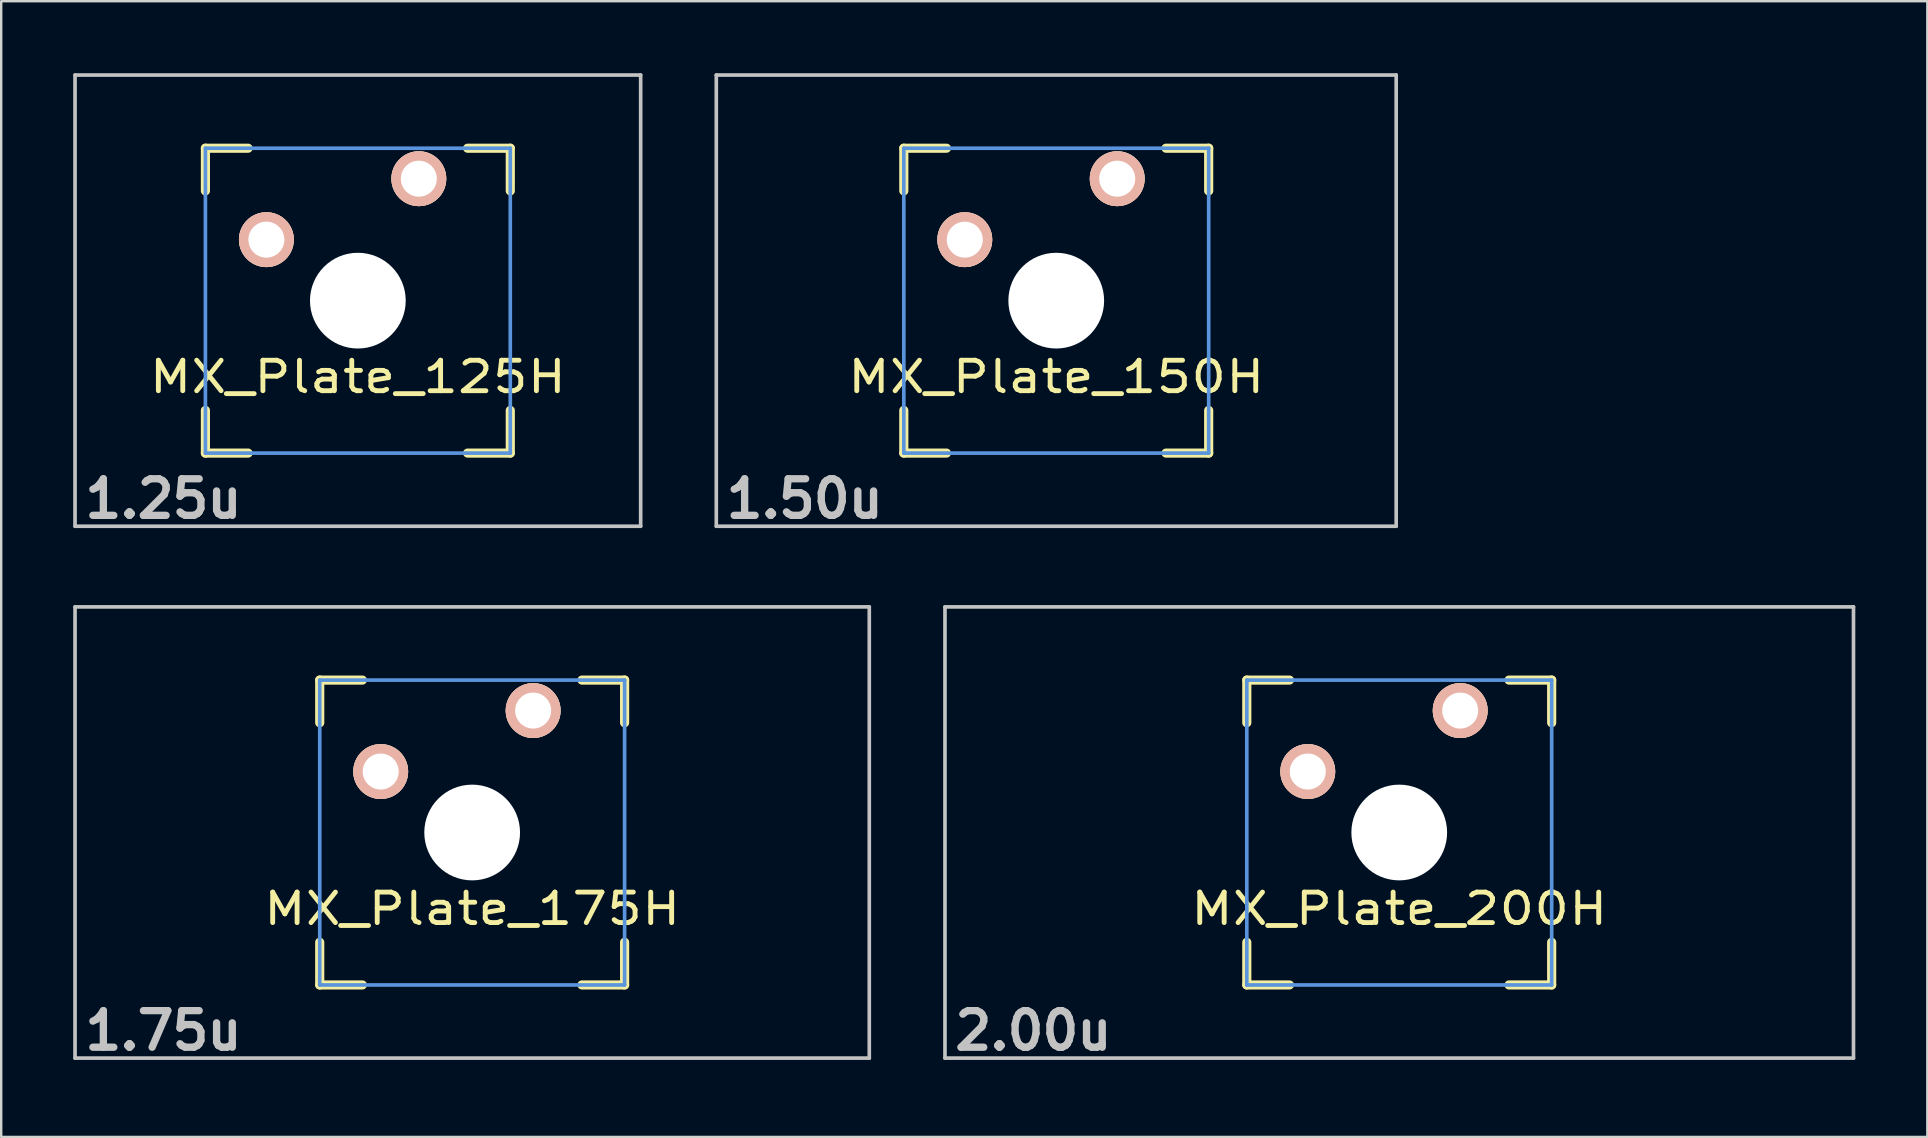
<source format=kicad_pcb>
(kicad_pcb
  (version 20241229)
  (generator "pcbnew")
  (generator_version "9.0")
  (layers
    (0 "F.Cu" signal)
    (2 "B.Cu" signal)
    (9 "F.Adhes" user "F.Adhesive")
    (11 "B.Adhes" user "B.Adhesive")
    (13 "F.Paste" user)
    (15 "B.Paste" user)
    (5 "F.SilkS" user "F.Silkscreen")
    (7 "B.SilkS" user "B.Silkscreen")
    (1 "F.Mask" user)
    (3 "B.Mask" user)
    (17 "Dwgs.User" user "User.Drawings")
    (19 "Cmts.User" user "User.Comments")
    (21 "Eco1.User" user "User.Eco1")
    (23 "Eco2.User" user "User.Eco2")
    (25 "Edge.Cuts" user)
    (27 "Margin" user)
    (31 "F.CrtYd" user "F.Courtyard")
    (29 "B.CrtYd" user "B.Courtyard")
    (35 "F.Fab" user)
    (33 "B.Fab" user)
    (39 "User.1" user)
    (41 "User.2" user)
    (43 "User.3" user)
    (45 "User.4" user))
  (footprint "MX_Plate_125H"
    (layer "F.Cu")
    (at 11.857 9.474)
    (property "Reference" "MX_Plate_125H" (at 0 3.175 0) (layer "F.SilkS") (effects (font (size 1.27 1.524) (thickness 0.203))))
    (attr through_hole)
    (fp_line (start -6.35 -6.35) (end -4.572 -6.35) (stroke (width 0.381) (type solid)) (layer "F.SilkS"))
    (fp_line (start -6.35 -4.572) (end -6.35 -6.35) (stroke (width 0.381) (type solid)) (layer "F.SilkS"))
    (fp_line (start -6.35 6.35) (end -6.35 4.572) (stroke (width 0.381) (type solid)) (layer "F.SilkS"))
    (fp_line (start -4.572 6.35) (end -6.35 6.35) (stroke (width 0.381) (type solid)) (layer "F.SilkS"))
    (fp_line (start 4.572 -6.35) (end 6.35 -6.35) (stroke (width 0.381) (type solid)) (layer "F.SilkS"))
    (fp_line (start 6.35 -6.35) (end 6.35 -4.572) (stroke (width 0.381) (type solid)) (layer "F.SilkS"))
    (fp_line (start 6.35 4.572) (end 6.35 6.35) (stroke (width 0.381) (type solid)) (layer "F.SilkS"))
    (fp_line (start 6.35 6.35) (end 4.572 6.35) (stroke (width 0.381) (type solid)) (layer "F.SilkS"))
    (fp_line (start -11.781 -9.398) (end 11.781 -9.398) (stroke (width 0.152) (type solid)) (layer "Dwgs.User"))
    (fp_line (start -11.781 9.398) (end -11.781 -9.398) (stroke (width 0.152) (type solid)) (layer "Dwgs.User"))
    (fp_line (start 11.781 -9.398) (end 11.781 9.398) (stroke (width 0.152) (type solid)) (layer "Dwgs.User"))
    (fp_line (start 11.781 9.398) (end -11.781 9.398) (stroke (width 0.152) (type solid)) (layer "Dwgs.User"))
    (fp_line (start -6.35 -6.35) (end 6.35 -6.35) (stroke (width 0.152) (type solid)) (layer "Cmts.User"))
    (fp_line (start -6.35 6.35) (end -6.35 -6.35) (stroke (width 0.152) (type solid)) (layer "Cmts.User"))
    (fp_line (start 6.35 -6.35) (end 6.35 6.35) (stroke (width 0.152) (type solid)) (layer "Cmts.User"))
    (fp_line (start 6.35 6.35) (end -6.35 6.35) (stroke (width 0.152) (type solid)) (layer "Cmts.User"))
    (fp_text user "1.25u" (at -8.098 8.255 0) (layer "Dwgs.User") (effects (font (size 1.524 1.524) (thickness 0.305))))
    (pad "" np_thru_hole circle (at 0 0) (size 3.988 3.988) (drill 3.988) (layers "*.Cu"))
    (pad "1" thru_hole circle (at 2.54 -5.08) (size 2.286 2.286) (drill 1.499) (layers "*.Cu" "*.SilkS" "*.Mask"))
    (pad "2" thru_hole circle (at -3.81 -2.54) (size 2.286 2.286) (drill 1.499) (layers "*.Cu" "*.SilkS" "*.Mask")))
  (footprint "MX_Plate_200H"
    (layer "F.Cu")
    (at 55.238 31.63)
    (property "Reference" "MX_Plate_200H" (at 0 3.175 0) (layer "F.SilkS") (effects (font (size 1.27 1.524) (thickness 0.203))))
    (attr through_hole)
    (fp_line (start -6.35 -6.35) (end -4.572 -6.35) (stroke (width 0.381) (type solid)) (layer "F.SilkS"))
    (fp_line (start -6.35 -4.572) (end -6.35 -6.35) (stroke (width 0.381) (type solid)) (layer "F.SilkS"))
    (fp_line (start -6.35 6.35) (end -6.35 4.572) (stroke (width 0.381) (type solid)) (layer "F.SilkS"))
    (fp_line (start -4.572 6.35) (end -6.35 6.35) (stroke (width 0.381) (type solid)) (layer "F.SilkS"))
    (fp_line (start 4.572 -6.35) (end 6.35 -6.35) (stroke (width 0.381) (type solid)) (layer "F.SilkS"))
    (fp_line (start 6.35 -6.35) (end 6.35 -4.572) (stroke (width 0.381) (type solid)) (layer "F.SilkS"))
    (fp_line (start 6.35 4.572) (end 6.35 6.35) (stroke (width 0.381) (type solid)) (layer "F.SilkS"))
    (fp_line (start 6.35 6.35) (end 4.572 6.35) (stroke (width 0.381) (type solid)) (layer "F.SilkS"))
    (fp_line (start -18.923 -9.398) (end 18.923 -9.398) (stroke (width 0.152) (type solid)) (layer "Dwgs.User"))
    (fp_line (start -18.923 9.398) (end -18.923 -9.398) (stroke (width 0.152) (type solid)) (layer "Dwgs.User"))
    (fp_line (start 18.923 -9.398) (end 18.923 9.398) (stroke (width 0.152) (type solid)) (layer "Dwgs.User"))
    (fp_line (start 18.923 9.398) (end -18.923 9.398) (stroke (width 0.152) (type solid)) (layer "Dwgs.User"))
    (fp_line (start -6.35 -6.35) (end 6.35 -6.35) (stroke (width 0.152) (type solid)) (layer "Cmts.User"))
    (fp_line (start -6.35 6.35) (end -6.35 -6.35) (stroke (width 0.152) (type solid)) (layer "Cmts.User"))
    (fp_line (start 6.35 -6.35) (end 6.35 6.35) (stroke (width 0.152) (type solid)) (layer "Cmts.User"))
    (fp_line (start 6.35 6.35) (end -6.35 6.35) (stroke (width 0.152) (type solid)) (layer "Cmts.User"))
    (fp_text user "2.00u" (at -15.24 8.255 0) (layer "Dwgs.User") (effects (font (size 1.524 1.524) (thickness 0.305))))
    (pad "" np_thru_hole circle (at 0 0) (size 3.988 3.988) (drill 3.988) (layers "*.Cu"))
    (pad "1" thru_hole circle (at 2.54 -5.08) (size 2.286 2.286) (drill 1.499) (layers "*.Cu" "*.SilkS" "*.Mask"))
    (pad "2" thru_hole circle (at -3.81 -2.54) (size 2.286 2.286) (drill 1.499) (layers "*.Cu" "*.SilkS" "*.Mask")))
  (footprint "MX_Plate_175H"
    (layer "F.Cu")
    (at 16.619 31.63)
    (property "Reference" "MX_Plate_175H" (at 0 3.175 0) (layer "F.SilkS") (effects (font (size 1.27 1.524) (thickness 0.203))))
    (attr through_hole)
    (fp_line (start -6.35 -6.35) (end -4.572 -6.35) (stroke (width 0.381) (type solid)) (layer "F.SilkS"))
    (fp_line (start -6.35 -4.572) (end -6.35 -6.35) (stroke (width 0.381) (type solid)) (layer "F.SilkS"))
    (fp_line (start -6.35 6.35) (end -6.35 4.572) (stroke (width 0.381) (type solid)) (layer "F.SilkS"))
    (fp_line (start -4.572 6.35) (end -6.35 6.35) (stroke (width 0.381) (type solid)) (layer "F.SilkS"))
    (fp_line (start 4.572 -6.35) (end 6.35 -6.35) (stroke (width 0.381) (type solid)) (layer "F.SilkS"))
    (fp_line (start 6.35 -6.35) (end 6.35 -4.572) (stroke (width 0.381) (type solid)) (layer "F.SilkS"))
    (fp_line (start 6.35 4.572) (end 6.35 6.35) (stroke (width 0.381) (type solid)) (layer "F.SilkS"))
    (fp_line (start 6.35 6.35) (end 4.572 6.35) (stroke (width 0.381) (type solid)) (layer "F.SilkS"))
    (fp_line (start -16.543 -9.398) (end 16.543 -9.398) (stroke (width 0.152) (type solid)) (layer "Dwgs.User"))
    (fp_line (start -16.543 9.398) (end -16.543 -9.398) (stroke (width 0.152) (type solid)) (layer "Dwgs.User"))
    (fp_line (start 16.543 -9.398) (end 16.543 9.398) (stroke (width 0.152) (type solid)) (layer "Dwgs.User"))
    (fp_line (start 16.543 9.398) (end -16.543 9.398) (stroke (width 0.152) (type solid)) (layer "Dwgs.User"))
    (fp_line (start -6.35 -6.35) (end 6.35 -6.35) (stroke (width 0.152) (type solid)) (layer "Cmts.User"))
    (fp_line (start -6.35 6.35) (end -6.35 -6.35) (stroke (width 0.152) (type solid)) (layer "Cmts.User"))
    (fp_line (start 6.35 -6.35) (end 6.35 6.35) (stroke (width 0.152) (type solid)) (layer "Cmts.User"))
    (fp_line (start 6.35 6.35) (end -6.35 6.35) (stroke (width 0.152) (type solid)) (layer "Cmts.User"))
    (fp_text user "1.75u" (at -12.86 8.255 0) (layer "Dwgs.User") (effects (font (size 1.524 1.524) (thickness 0.305))))
    (pad "" np_thru_hole circle (at 0 0) (size 3.988 3.988) (drill 3.988) (layers "*.Cu"))
    (pad "1" thru_hole circle (at 2.54 -5.08) (size 2.286 2.286) (drill 1.499) (layers "*.Cu" "*.SilkS" "*.Mask"))
    (pad "2" thru_hole circle (at -3.81 -2.54) (size 2.286 2.286) (drill 1.499) (layers "*.Cu" "*.SilkS" "*.Mask")))
  (footprint "MX_Plate_150H"
    (layer "F.Cu")
    (at 40.95 9.474)
    (property "Reference" "MX_Plate_150H" (at 0 3.175 0) (layer "F.SilkS") (effects (font (size 1.27 1.524) (thickness 0.203))))
    (attr through_hole)
    (fp_line (start -6.35 -6.35) (end -4.572 -6.35) (stroke (width 0.381) (type solid)) (layer "F.SilkS"))
    (fp_line (start -6.35 -4.572) (end -6.35 -6.35) (stroke (width 0.381) (type solid)) (layer "F.SilkS"))
    (fp_line (start -6.35 6.35) (end -6.35 4.572) (stroke (width 0.381) (type solid)) (layer "F.SilkS"))
    (fp_line (start -4.572 6.35) (end -6.35 6.35) (stroke (width 0.381) (type solid)) (layer "F.SilkS"))
    (fp_line (start 4.572 -6.35) (end 6.35 -6.35) (stroke (width 0.381) (type solid)) (layer "F.SilkS"))
    (fp_line (start 6.35 -6.35) (end 6.35 -4.572) (stroke (width 0.381) (type solid)) (layer "F.SilkS"))
    (fp_line (start 6.35 4.572) (end 6.35 6.35) (stroke (width 0.381) (type solid)) (layer "F.SilkS"))
    (fp_line (start 6.35 6.35) (end 4.572 6.35) (stroke (width 0.381) (type solid)) (layer "F.SilkS"))
    (fp_line (start -14.161 -9.398) (end 14.161 -9.398) (stroke (width 0.152) (type solid)) (layer "Dwgs.User"))
    (fp_line (start -14.161 9.398) (end -14.161 -9.398) (stroke (width 0.152) (type solid)) (layer "Dwgs.User"))
    (fp_line (start 14.161 -9.398) (end 14.161 9.398) (stroke (width 0.152) (type solid)) (layer "Dwgs.User"))
    (fp_line (start 14.161 9.398) (end -14.161 9.398) (stroke (width 0.152) (type solid)) (layer "Dwgs.User"))
    (fp_line (start -6.35 -6.35) (end 6.35 -6.35) (stroke (width 0.152) (type solid)) (layer "Cmts.User"))
    (fp_line (start -6.35 6.35) (end -6.35 -6.35) (stroke (width 0.152) (type solid)) (layer "Cmts.User"))
    (fp_line (start 6.35 -6.35) (end 6.35 6.35) (stroke (width 0.152) (type solid)) (layer "Cmts.User"))
    (fp_line (start 6.35 6.35) (end -6.35 6.35) (stroke (width 0.152) (type solid)) (layer "Cmts.User"))
    (fp_text user "1.50u" (at -10.477 8.255 0) (layer "Dwgs.User") (effects (font (size 1.524 1.524) (thickness 0.305))))
    (pad "" np_thru_hole circle (at 0 0) (size 3.988 3.988) (drill 3.988) (layers "*.Cu"))
    (pad "1" thru_hole circle (at 2.54 -5.08) (size 2.286 2.286) (drill 1.499) (layers "*.Cu" "*.SilkS" "*.Mask"))
    (pad "2" thru_hole circle (at -3.81 -2.54) (size 2.286 2.286) (drill 1.499) (layers "*.Cu" "*.SilkS" "*.Mask")))
  (gr_rect
    (start -3 -3)
    (end 77.237 44.311)
    (stroke (width 0.1) (type default))
    (fill no)
    (layer "Edge.Cuts")))
</source>
